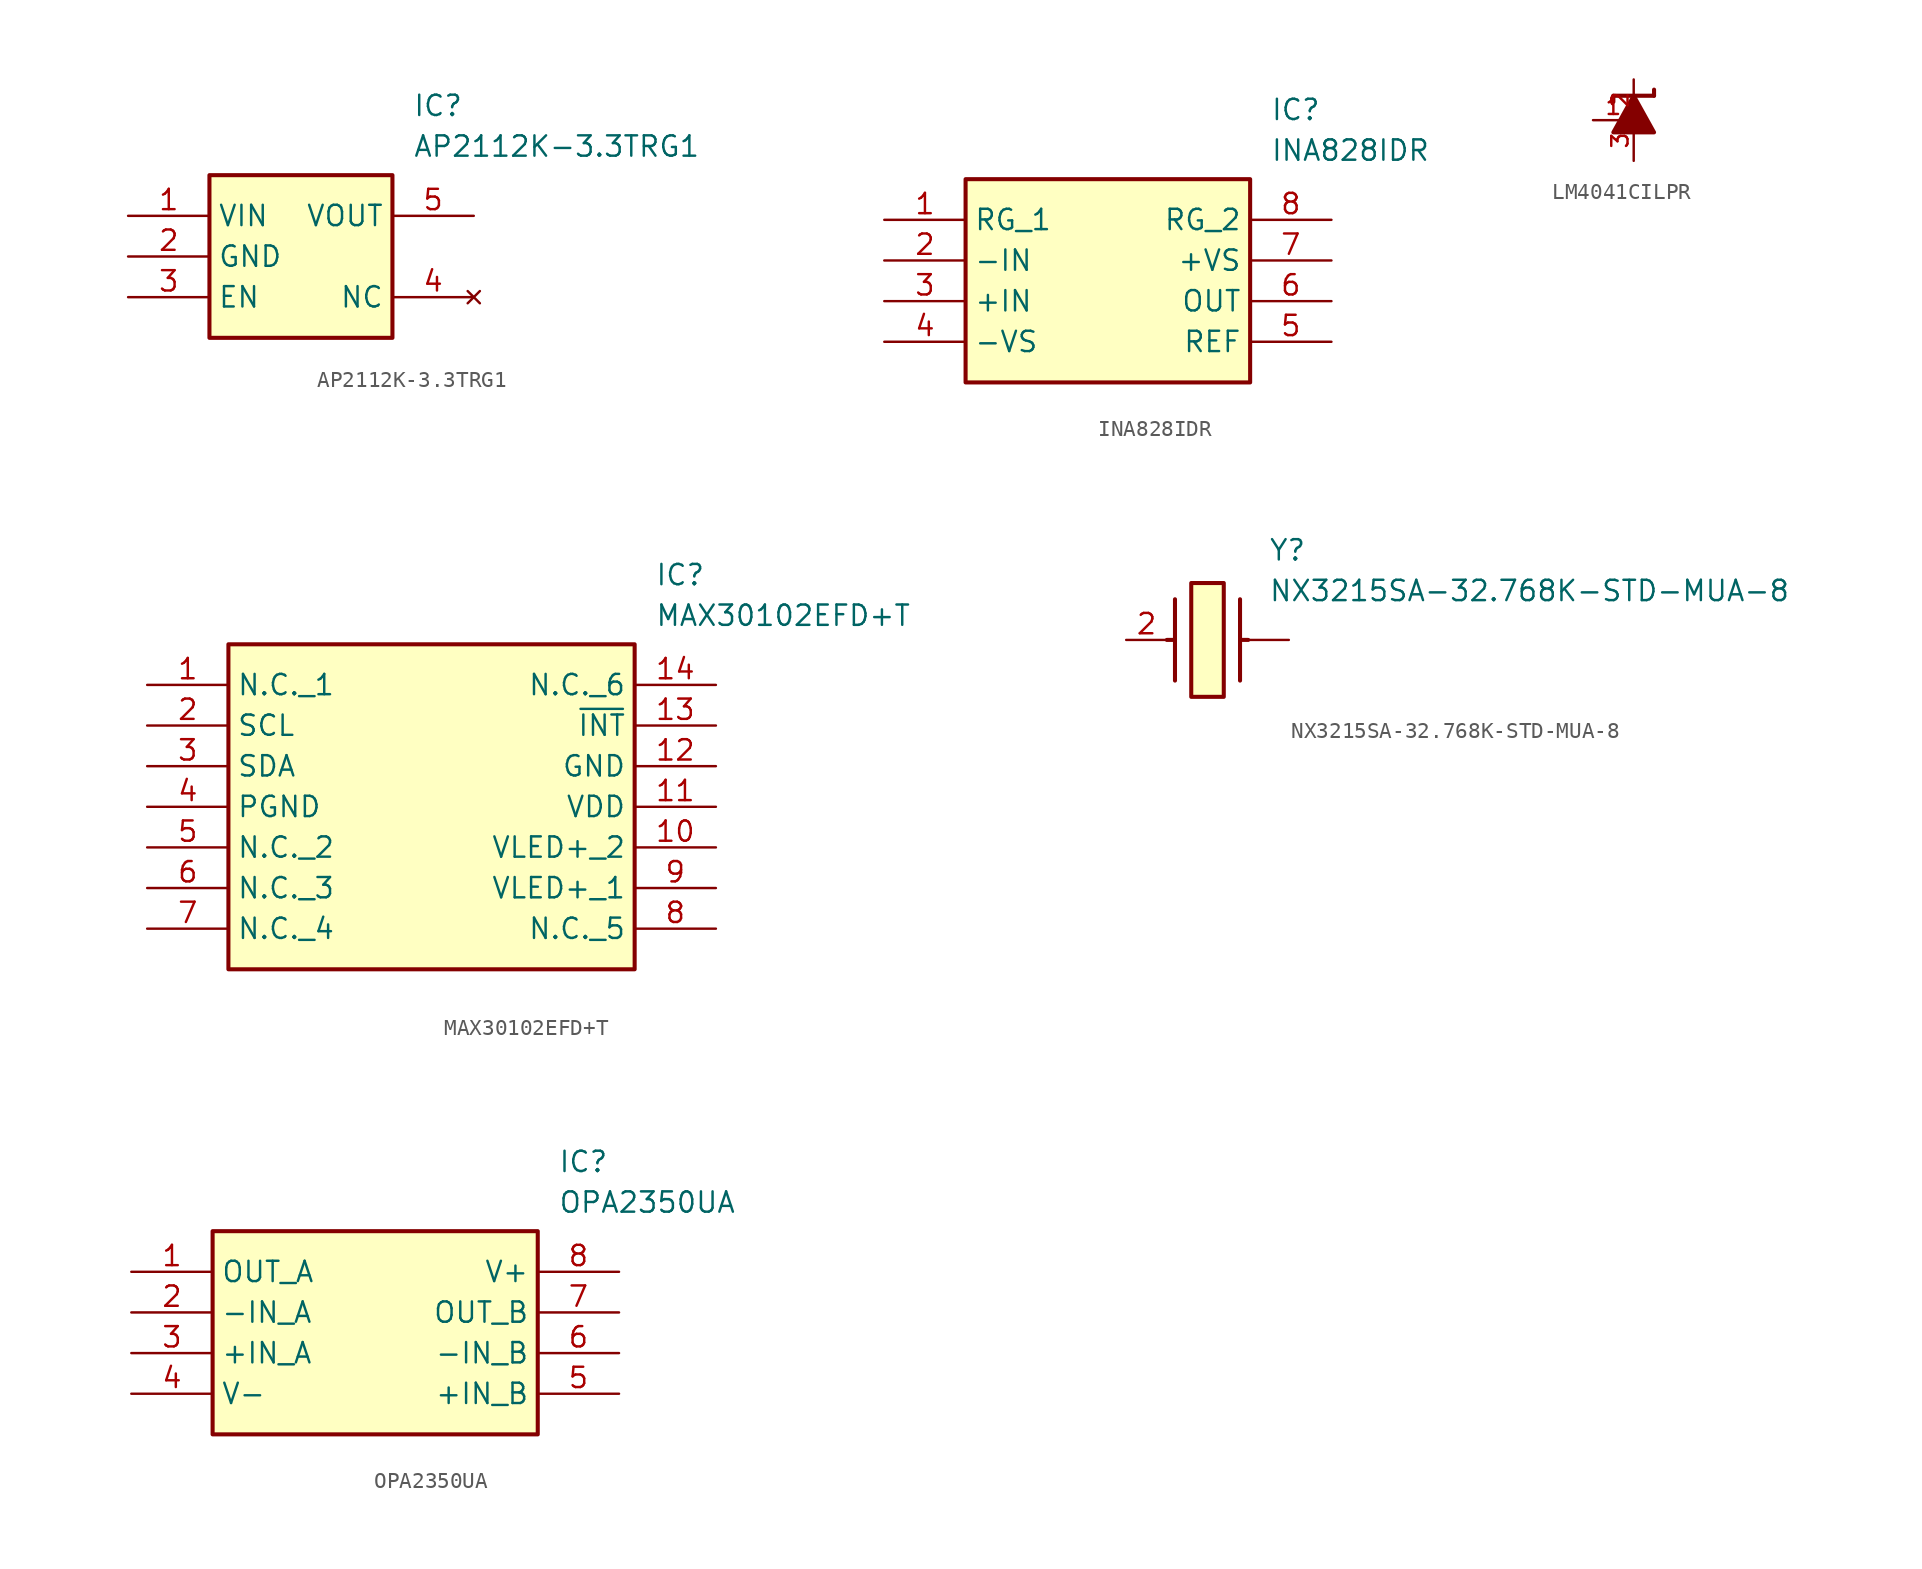
<source format=kicad_sym>
(kicad_symbol_lib
  (version 20241209)
  (generator "kicad_symbol_editor")
  (generator_version "9.0")
  (symbol "AP2112K-3.3TRG1"
    (property "Reference" "IC"
      (at 26.67 7.62 0)
      (effects (font (size 1.27 1.27)) (justify left top)))
    (property "Value" "AP2112K-3.3TRG1"
      (at 26.67 5.08 0)
      (effects (font (size 1.27 1.27)) (justify left top)))
    (symbol "AP2112K-3.3TRG1_1_1"
      (rectangle (start 13.97 2.54) (end 25.4 -7.62) (stroke (width 0.254) (type default)) (fill (type background)))
      (pin passive line (at 8.89 0 0) (length 5.08) (name "VIN" (effects (font (size 1.27 1.27)))) (number "1" (effects (font (size 1.27 1.27)))))
      (pin passive line (at 8.89 -2.54 0) (length 5.08) (name "GND" (effects (font (size 1.27 1.27)))) (number "2" (effects (font (size 1.27 1.27)))))
      (pin passive line (at 8.89 -5.08 0) (length 5.08) (name "EN" (effects (font (size 1.27 1.27)))) (number "3" (effects (font (size 1.27 1.27)))))
      (pin passive line (at 30.48 0 180) (length 5.08) (name "VOUT" (effects (font (size 1.27 1.27)))) (number "5" (effects (font (size 1.27 1.27)))))
      (pin no_connect line (at 30.48 -5.08 180) (length 5.08) (name "NC" (effects (font (size 1.27 1.27)))) (number "4" (effects (font (size 1.27 1.27)))))))
  (symbol "INA828IDR"
    (property "Reference" "IC"
      (at 24.13 7.62 0)
      (effects (font (size 1.27 1.27)) (justify left top)))
    (property "Value" "INA828IDR"
      (at 24.13 5.08 0)
      (effects (font (size 1.27 1.27)) (justify left top)))
    (symbol "INA828IDR_1_1"
      (rectangle (start 5.08 2.54) (end 22.86 -10.16) (stroke (width 0.254) (type default)) (fill (type background)))
      (pin passive line (at 0 0 0) (length 5.08) (name "RG_1" (effects (font (size 1.27 1.27)))) (number "1" (effects (font (size 1.27 1.27)))))
      (pin passive line (at 0 -2.54 0) (length 5.08) (name "-IN" (effects (font (size 1.27 1.27)))) (number "2" (effects (font (size 1.27 1.27)))))
      (pin passive line (at 0 -5.08 0) (length 5.08) (name "+IN" (effects (font (size 1.27 1.27)))) (number "3" (effects (font (size 1.27 1.27)))))
      (pin passive line (at 0 -7.62 0) (length 5.08) (name "-VS" (effects (font (size 1.27 1.27)))) (number "4" (effects (font (size 1.27 1.27)))))
      (pin passive line (at 27.94 0 180) (length 5.08) (name "RG_2" (effects (font (size 1.27 1.27)))) (number "8" (effects (font (size 1.27 1.27)))))
      (pin passive line (at 27.94 -2.54 180) (length 5.08) (name "+VS" (effects (font (size 1.27 1.27)))) (number "7" (effects (font (size 1.27 1.27)))))
      (pin passive line (at 27.94 -5.08 180) (length 5.08) (name "OUT" (effects (font (size 1.27 1.27)))) (number "6" (effects (font (size 1.27 1.27)))))
      (pin passive line (at 27.94 -7.62 180) (length 5.08) (name "REF" (effects (font (size 1.27 1.27)))) (number "5" (effects (font (size 1.27 1.27)))))))
  (symbol "LM4041CILPR"
    (property "Reference" "IC"
      (at 4.572 -4.064 0)
      (effects (font (size 1.27 1.27)) (justify right top) (hide yes)))
    (symbol "LM4041CILPR_0_0"
      (polyline (pts (xy -1.27 1.524) (xy -1.27 1.143)) (stroke (width 0.254) (type default)) (fill (type none)))
      (polyline (pts (xy 0 1.524) (xy -1.27 1.524)) (stroke (width 0.254) (type default)) (fill (type none)))
      (polyline (pts (xy 0 1.524) (xy -1.27 -0.762) (xy 1.27 -0.762) (xy 0 1.524)) (stroke (width 0.254) (type default)) (fill (type outline)))
      (polyline (pts (xy 1.27 1.905) (xy 1.27 1.524)) (stroke (width 0.254) (type default)) (fill (type none)))
      (polyline (pts (xy 1.27 1.524) (xy 0 1.524)) (stroke (width 0.254) (type default)) (fill (type none)))
      (pin passive line (at -2.54 0 0) (length 2.54) (name "~" (effects (font (size 1.016 1.016)))) (number "1" (effects (font (size 1.016 1.016)))))
      (pin passive line (at 0 2.54 270) (length 2.54) (name "~" (effects (font (size 1.016 1.016)))) (number "2" (effects (font (size 1.016 1.016)))))
      (pin passive line (at 0 -2.54 90) (length 2.54) (name "~" (effects (font (size 1.016 1.016)))) (number "3" (effects (font (size 1.016 1.016)))))))
  (symbol "MAX30102EFD+T"
    (property "Reference" "IC"
      (at 31.75 7.62 0)
      (effects (font (size 1.27 1.27)) (justify left top)))
    (property "Value" "MAX30102EFD+T"
      (at 31.75 5.08 0)
      (effects (font (size 1.27 1.27)) (justify left top)))
    (symbol "MAX30102EFD+T_1_1"
      (rectangle (start 5.08 2.54) (end 30.48 -17.78) (stroke (width 0.254) (type default)) (fill (type background)))
      (pin passive line (at 0 0 0) (length 5.08) (name "N.C._1" (effects (font (size 1.27 1.27)))) (number "1" (effects (font (size 1.27 1.27)))))
      (pin passive line (at 0 -2.54 0) (length 5.08) (name "SCL" (effects (font (size 1.27 1.27)))) (number "2" (effects (font (size 1.27 1.27)))))
      (pin passive line (at 0 -5.08 0) (length 5.08) (name "SDA" (effects (font (size 1.27 1.27)))) (number "3" (effects (font (size 1.27 1.27)))))
      (pin passive line (at 0 -7.62 0) (length 5.08) (name "PGND" (effects (font (size 1.27 1.27)))) (number "4" (effects (font (size 1.27 1.27)))))
      (pin passive line (at 0 -10.16 0) (length 5.08) (name "N.C._2" (effects (font (size 1.27 1.27)))) (number "5" (effects (font (size 1.27 1.27)))))
      (pin passive line (at 0 -12.7 0) (length 5.08) (name "N.C._3" (effects (font (size 1.27 1.27)))) (number "6" (effects (font (size 1.27 1.27)))))
      (pin passive line (at 0 -15.24 0) (length 5.08) (name "N.C._4" (effects (font (size 1.27 1.27)))) (number "7" (effects (font (size 1.27 1.27)))))
      (pin passive line (at 35.56 0 180) (length 5.08) (name "N.C._6" (effects (font (size 1.27 1.27)))) (number "14" (effects (font (size 1.27 1.27)))))
      (pin passive line (at 35.56 -2.54 180) (length 5.08) (name "~{INT}" (effects (font (size 1.27 1.27)))) (number "13" (effects (font (size 1.27 1.27)))))
      (pin passive line (at 35.56 -5.08 180) (length 5.08) (name "GND" (effects (font (size 1.27 1.27)))) (number "12" (effects (font (size 1.27 1.27)))))
      (pin passive line (at 35.56 -7.62 180) (length 5.08) (name "VDD" (effects (font (size 1.27 1.27)))) (number "11" (effects (font (size 1.27 1.27)))))
      (pin passive line (at 35.56 -10.16 180) (length 5.08) (name "VLED+_2" (effects (font (size 1.27 1.27)))) (number "10" (effects (font (size 1.27 1.27)))))
      (pin passive line (at 35.56 -12.7 180) (length 5.08) (name "VLED+_1" (effects (font (size 1.27 1.27)))) (number "9" (effects (font (size 1.27 1.27)))))
      (pin passive line (at 35.56 -15.24 180) (length 5.08) (name "N.C._5" (effects (font (size 1.27 1.27)))) (number "8" (effects (font (size 1.27 1.27)))))))
  (symbol "NX3215SA-32.768K-STD-MUA-8"
    (pin_names
      (hide yes))
    (property "Reference" "Y"
      (at 8.89 6.35 0)
      (effects (font (size 1.27 1.27)) (justify left top)))
    (property "Value" "NX3215SA-32.768K-STD-MUA-8"
      (at 8.89 3.81 0)
      (effects (font (size 1.27 1.27)) (justify left top)))
    (symbol "NX3215SA-32.768K-STD-MUA-8_1_1"
      (polyline (pts (xy 3.048 2.54) (xy 3.048 -2.54)) (stroke (width 0.254) (type default)) (fill (type none)))
      (polyline (pts (xy 3.048 0) (xy 2.54 0)) (stroke (width 0.254) (type default)) (fill (type none)))
      (rectangle (start 4.064 3.556) (end 6.096 -3.556) (stroke (width 0.254) (type default)) (fill (type background)))
      (polyline (pts (xy 7.112 2.54) (xy 7.112 -2.54)) (stroke (width 0.254) (type default)) (fill (type none)))
      (polyline (pts (xy 7.112 0) (xy 7.62 0)) (stroke (width 0.254) (type default)) (fill (type none)))
      (pin passive line (at 0 0 0) (length 2.54) (name "CRYSTAL_2" (effects (font (size 1.27 1.27)))) (number "2" (effects (font (size 1.27 1.27)))))
      (pin passive line (at 10.16 0 180) (length 2.54) (name "" (effects (font (size 1.27 1.27)))) (number "" (effects (font (size 1.27 1.27)))))))
  (symbol "OPA2350UA"
    (property "Reference" "IC"
      (at 26.67 7.62 0)
      (effects (font (size 1.27 1.27)) (justify left top)))
    (property "Value" "OPA2350UA"
      (at 26.67 5.08 0)
      (effects (font (size 1.27 1.27)) (justify left top)))
    (symbol "OPA2350UA_1_1"
      (rectangle (start 5.08 2.54) (end 25.4 -10.16) (stroke (width 0.254) (type default)) (fill (type background)))
      (pin passive line (at 0 0 0) (length 5.08) (name "OUT_A" (effects (font (size 1.27 1.27)))) (number "1" (effects (font (size 1.27 1.27)))))
      (pin passive line (at 0 -2.54 0) (length 5.08) (name "-IN_A" (effects (font (size 1.27 1.27)))) (number "2" (effects (font (size 1.27 1.27)))))
      (pin passive line (at 0 -5.08 0) (length 5.08) (name "+IN_A" (effects (font (size 1.27 1.27)))) (number "3" (effects (font (size 1.27 1.27)))))
      (pin passive line (at 0 -7.62 0) (length 5.08) (name "V-" (effects (font (size 1.27 1.27)))) (number "4" (effects (font (size 1.27 1.27)))))
      (pin passive line (at 30.48 0 180) (length 5.08) (name "V+" (effects (font (size 1.27 1.27)))) (number "8" (effects (font (size 1.27 1.27)))))
      (pin passive line (at 30.48 -2.54 180) (length 5.08) (name "OUT_B" (effects (font (size 1.27 1.27)))) (number "7" (effects (font (size 1.27 1.27)))))
      (pin passive line (at 30.48 -5.08 180) (length 5.08) (name "-IN_B" (effects (font (size 1.27 1.27)))) (number "6" (effects (font (size 1.27 1.27)))))
      (pin passive line (at 30.48 -7.62 180) (length 5.08) (name "+IN_B" (effects (font (size 1.27 1.27)))) (number "5" (effects (font (size 1.27 1.27))))))))
</source>
